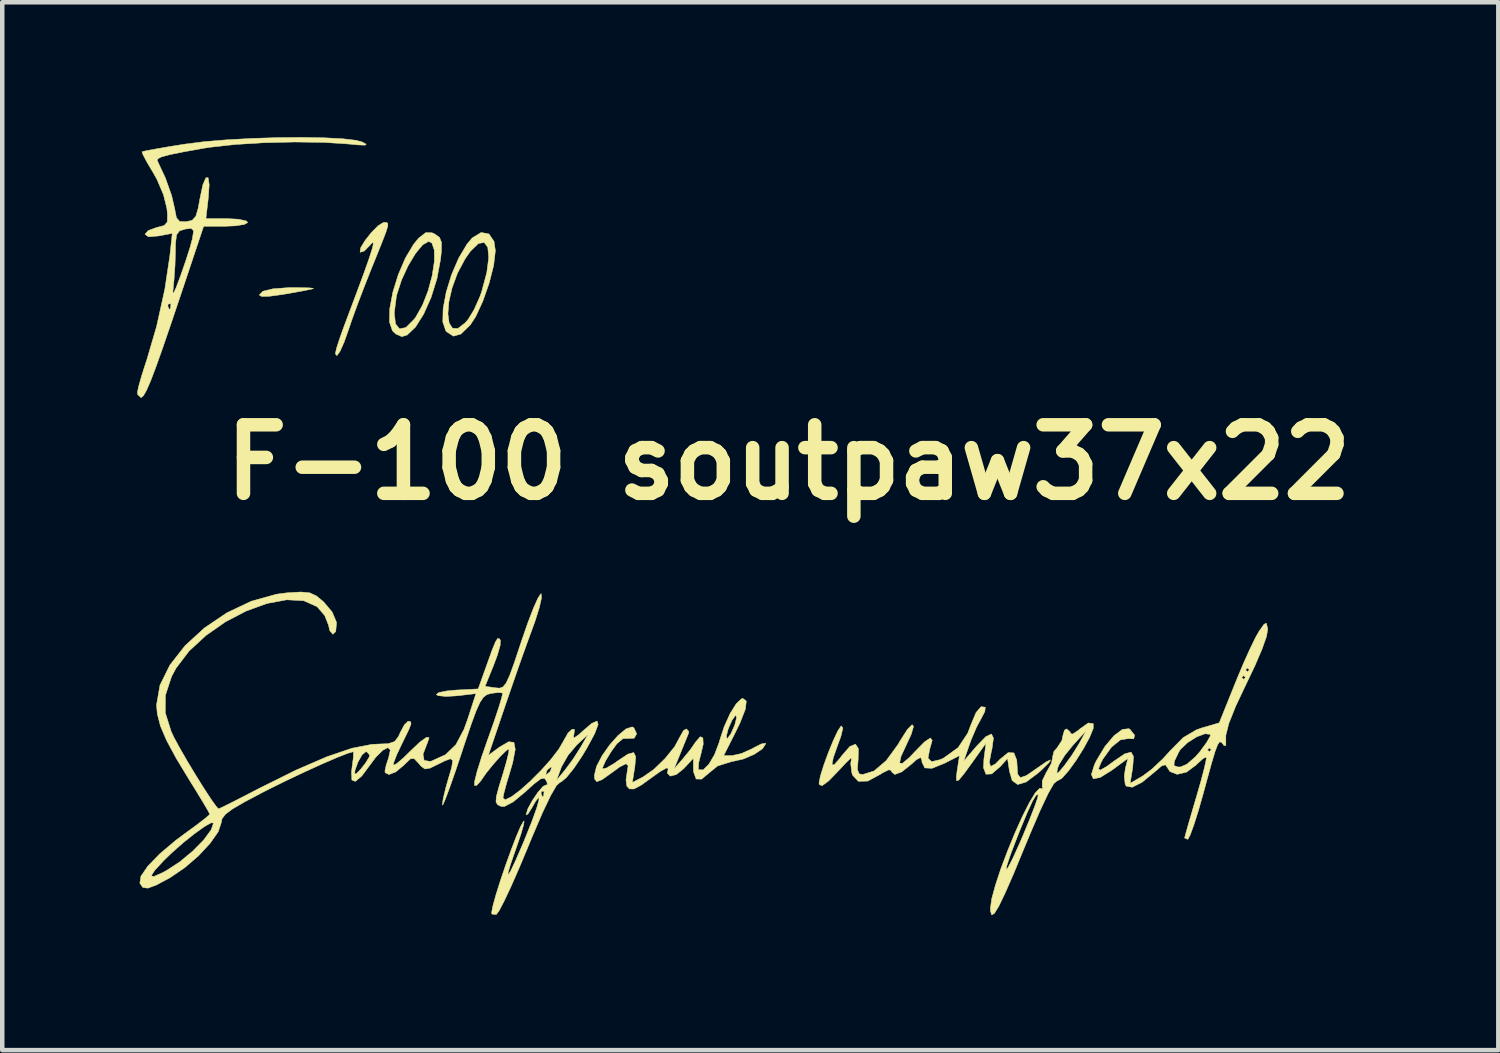
<source format=kicad_pcb>
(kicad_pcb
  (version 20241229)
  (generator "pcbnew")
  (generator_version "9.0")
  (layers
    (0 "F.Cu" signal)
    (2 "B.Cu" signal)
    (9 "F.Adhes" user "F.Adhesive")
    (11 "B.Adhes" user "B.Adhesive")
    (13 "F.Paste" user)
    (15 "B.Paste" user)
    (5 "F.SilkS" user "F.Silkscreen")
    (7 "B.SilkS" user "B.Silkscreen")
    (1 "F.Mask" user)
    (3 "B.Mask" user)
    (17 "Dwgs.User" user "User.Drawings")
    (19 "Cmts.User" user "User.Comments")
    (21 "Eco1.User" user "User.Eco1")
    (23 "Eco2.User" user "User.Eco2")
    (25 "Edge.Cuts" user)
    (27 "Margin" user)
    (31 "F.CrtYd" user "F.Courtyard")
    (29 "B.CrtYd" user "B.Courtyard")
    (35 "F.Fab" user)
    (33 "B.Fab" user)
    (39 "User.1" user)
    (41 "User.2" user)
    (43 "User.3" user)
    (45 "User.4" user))
  (footprint "F-100 soutpaw37x22"
    (layer "F.Cu")
    (at 14.483 7.229)
    (property "Reference" "F-100 soutpaw37x22" (at 0 0 0) (layer "F.SilkS") (effects (font (size 1.524 1.524) (thickness 0.3))))
    (attr through_hole)
    (fp_poly (pts (xy -10.662 -3.879) (xy -10.561 -3.869) (xy -10.606 -3.85) (xy -10.787 -3.814) (xy -10.795 -3.812) (xy -11.246 -3.732) (xy -11.548 -3.691) (xy -11.717 -3.688) (xy -11.769 -3.721) (xy -11.689 -3.803) (xy -11.463 -3.858) (xy -11.117 -3.884) (xy -10.922 -3.884) (xy -10.662 -3.879)) (stroke (width 0.01) (type solid)) (fill yes) (layer "F.SilkS"))
    (fp_poly (pts (xy -8.94 -5.333) (xy -8.91 -5.312) (xy -8.913 -5.246) (xy -8.955 -5.11) (xy -9.045 -4.878) (xy -9.187 -4.524) (xy -9.261 -4.343) (xy -9.427 -3.924) (xy -9.585 -3.51) (xy -9.714 -3.155) (xy -9.779 -2.963) (xy -9.881 -2.674) (xy -9.973 -2.468) (xy -10.042 -2.371) (xy -10.074 -2.406) (xy -10.075 -2.428) (xy -10.047 -2.548) (xy -9.972 -2.778) (xy -9.867 -3.07) (xy -9.855 -3.101) (xy -9.625 -3.713) (xy -9.451 -4.181) (xy -9.331 -4.519) (xy -9.26 -4.74) (xy -9.232 -4.859) (xy -9.244 -4.889) (xy -9.292 -4.845) (xy -9.306 -4.827) (xy -9.435 -4.698) (xy -9.524 -4.67) (xy -9.527 -4.673) (xy -9.516 -4.767) (xy -9.419 -4.928) (xy -9.277 -5.108) (xy -9.127 -5.259) (xy -9.008 -5.333) (xy -8.996 -5.334) (xy -8.94 -5.333)) (stroke (width 0.01) (type solid)) (fill yes) (layer "F.SilkS"))
    (fp_poly (pts (xy -6.663 -5.078) (xy -6.549 -4.911) (xy -6.519 -4.705) (xy -6.557 -4.379) (xy -6.657 -3.985) (xy -6.797 -3.585) (xy -6.955 -3.241) (xy -7.079 -3.052) (xy -7.286 -2.852) (xy -7.453 -2.805) (xy -7.605 -2.904) (xy -7.621 -2.923) (xy -7.688 -3.119) (xy -7.684 -3.301) (xy -7.574 -3.301) (xy -7.547 -3.098) (xy -7.473 -2.982) (xy -7.354 -2.975) (xy -7.19 -3.102) (xy -7.123 -3.18) (xy -6.992 -3.395) (xy -6.864 -3.681) (xy -6.824 -3.794) (xy -6.71 -4.219) (xy -6.667 -4.552) (xy -6.688 -4.779) (xy -6.767 -4.888) (xy -6.897 -4.865) (xy -7.071 -4.697) (xy -7.19 -4.527) (xy -7.362 -4.205) (xy -7.482 -3.878) (xy -7.553 -3.569) (xy -7.574 -3.301) (xy -7.684 -3.301) (xy -7.681 -3.42) (xy -7.612 -3.785) (xy -7.493 -4.173) (xy -7.334 -4.542) (xy -7.149 -4.853) (xy -7.034 -4.989) (xy -6.835 -5.11) (xy -6.663 -5.078)) (stroke (width 0.01) (type solid)) (fill yes) (layer "F.SilkS"))
    (fp_poly (pts (xy -7.925 -5.103) (xy -7.861 -5.073) (xy -7.76 -4.999) (xy -7.716 -4.886) (xy -7.72 -4.685) (xy -7.737 -4.519) (xy -7.818 -4.083) (xy -7.949 -3.664) (xy -8.114 -3.294) (xy -8.296 -3.006) (xy -8.479 -2.832) (xy -8.598 -2.794) (xy -8.733 -2.853) (xy -8.807 -2.923) (xy -8.874 -3.119) (xy -8.869 -3.324) (xy -8.767 -3.324) (xy -8.74 -3.081) (xy -8.651 -2.968) (xy -8.509 -2.997) (xy -8.325 -3.18) (xy -8.293 -3.223) (xy -8.139 -3.495) (xy -8.014 -3.816) (xy -7.924 -4.151) (xy -7.876 -4.464) (xy -7.877 -4.718) (xy -7.931 -4.876) (xy -8.003 -4.911) (xy -8.135 -4.837) (xy -8.296 -4.642) (xy -8.461 -4.367) (xy -8.606 -4.052) (xy -8.708 -3.738) (xy -8.72 -3.687) (xy -8.767 -3.324) (xy -8.869 -3.324) (xy -8.867 -3.42) (xy -8.798 -3.785) (xy -8.678 -4.173) (xy -8.52 -4.542) (xy -8.334 -4.853) (xy -8.219 -4.989) (xy -8.065 -5.108) (xy -7.925 -5.103)) (stroke (width 0.01) (type solid)) (fill yes) (layer "F.SilkS"))
    (fp_poly (pts (xy 6.775 5.81) (xy 6.774 5.916) (xy 6.693 6.115) (xy 6.557 6.365) (xy 6.392 6.627) (xy 6.223 6.861) (xy 6.075 7.026) (xy 5.975 7.083) (xy 5.969 7.082) (xy 5.896 7.144) (xy 5.771 7.364) (xy 5.594 7.739) (xy 5.367 8.267) (xy 5.246 8.558) (xy 5.005 9.143) (xy 4.815 9.577) (xy 4.674 9.869) (xy 4.576 10.029) (xy 4.516 10.064) (xy 4.49 9.983) (xy 4.487 9.917) (xy 4.517 9.702) (xy 4.6 9.397) (xy 4.711 9.062) (xy 4.836 9.062) (xy 4.882 9.005) (xy 4.988 8.799) (xy 5.149 8.443) (xy 5.209 8.303) (xy 5.355 7.949) (xy 5.469 7.657) (xy 5.538 7.458) (xy 5.551 7.386) (xy 5.504 7.401) (xy 5.427 7.526) (xy 5.311 7.776) (xy 5.15 8.165) (xy 5.085 8.327) (xy 4.933 8.723) (xy 4.852 8.968) (xy 4.836 9.062) (xy 4.711 9.062) (xy 4.721 9.032) (xy 4.87 8.636) (xy 5.033 8.241) (xy 5.198 7.874) (xy 5.353 7.567) (xy 5.484 7.349) (xy 5.58 7.25) (xy 5.606 7.25) (xy 5.659 7.255) (xy 5.638 7.209) (xy 5.641 7.079) (xy 5.723 6.908) (xy 5.963 6.908) (xy 6.002 6.896) (xy 6.121 6.756) (xy 6.124 6.753) (xy 6.301 6.508) (xy 6.464 6.245) (xy 6.615 5.969) (xy 6.322 6.29) (xy 6.141 6.514) (xy 6.013 6.72) (xy 5.982 6.798) (xy 5.963 6.908) (xy 5.723 6.908) (xy 5.728 6.895) (xy 5.74 6.879) (xy 5.842 6.694) (xy 5.871 6.56) (xy 5.869 6.553) (xy 5.899 6.429) (xy 5.966 6.352) (xy 6.076 6.186) (xy 6.096 6.086) (xy 6.134 5.954) (xy 6.181 5.927) (xy 6.26 5.993) (xy 6.265 6.026) (xy 6.317 6.042) (xy 6.445 5.956) (xy 6.478 5.926) (xy 6.664 5.795) (xy 6.775 5.81)) (stroke (width 0.01) (type solid)) (fill yes) (layer "F.SilkS"))
    (fp_poly (pts (xy -10.337 -7.216) (xy -9.922 -7.195) (xy -9.62 -7.16) (xy -9.483 -7.124) (xy -9.39 -7.072) (xy -9.416 -7.051) (xy -9.58 -7.058) (xy -9.771 -7.076) (xy -10.33 -7.113) (xy -10.98 -7.122) (xy -11.66 -7.106) (xy -12.31 -7.066) (xy -12.869 -7.004) (xy -12.997 -6.984) (xy -13.45 -6.903) (xy -13.757 -6.841) (xy -13.942 -6.791) (xy -14.027 -6.747) (xy -14.034 -6.703) (xy -14.034 -6.703) (xy -13.855 -6.321) (xy -13.717 -5.932) (xy -13.651 -5.647) (xy -13.61 -5.438) (xy -13.536 -5.354) (xy -13.391 -5.35) (xy -13.387 -5.351) (xy -13.259 -5.382) (xy -13.18 -5.469) (xy -13.126 -5.651) (xy -13.088 -5.863) (xy -13.023 -6.171) (xy -12.956 -6.326) (xy -12.905 -6.327) (xy -12.882 -6.172) (xy -12.901 -5.884) (xy -12.955 -5.419) (xy -12.489 -5.419) (xy -12.234 -5.405) (xy -12.064 -5.369) (xy -12.023 -5.334) (xy -12.1 -5.289) (xy -12.299 -5.258) (xy -12.514 -5.249) (xy -13.005 -5.249) (xy -13.493 -3.789) (xy -13.729 -3.088) (xy -13.919 -2.533) (xy -14.07 -2.11) (xy -14.186 -1.805) (xy -14.275 -1.601) (xy -14.341 -1.485) (xy -14.39 -1.441) (xy -14.399 -1.439) (xy -14.471 -1.507) (xy -14.478 -1.552) (xy -14.452 -1.682) (xy -14.384 -1.924) (xy -14.287 -2.226) (xy -14.273 -2.265) (xy -14.05 -3.027) (xy -13.952 -3.471) (xy -13.801 -3.471) (xy -13.77 -3.402) (xy -13.744 -3.415) (xy -13.734 -3.515) (xy -13.744 -3.528) (xy -13.795 -3.516) (xy -13.801 -3.471) (xy -13.952 -3.471) (xy -13.883 -3.784) (xy -13.69 -3.784) (xy -13.675 -3.759) (xy -13.623 -3.87) (xy -13.525 -4.131) (xy -13.514 -4.16) (xy -13.402 -4.484) (xy -13.307 -4.781) (xy -13.255 -4.975) (xy -13.229 -5.148) (xy -13.282 -5.202) (xy -13.415 -5.186) (xy -13.543 -5.146) (xy -13.607 -5.058) (xy -13.63 -4.875) (xy -13.632 -4.71) (xy -13.642 -4.373) (xy -13.665 -4.041) (xy -13.676 -3.937) (xy -13.69 -3.784) (xy -13.883 -3.784) (xy -13.868 -3.851) (xy -13.756 -4.598) (xy -13.703 -5.09) (xy -14.006 -5.033) (xy -14.232 -5.014) (xy -14.309 -5.071) (xy -14.309 -5.073) (xy -14.235 -5.154) (xy -14.057 -5.219) (xy -14.045 -5.222) (xy -13.883 -5.265) (xy -13.814 -5.342) (xy -13.809 -5.506) (xy -13.823 -5.647) (xy -13.898 -5.949) (xy -14.043 -6.29) (xy -14.133 -6.45) (xy -14.27 -6.681) (xy -14.357 -6.847) (xy -14.375 -6.905) (xy -14.286 -6.927) (xy -14.065 -6.968) (xy -13.746 -7.023) (xy -13.419 -7.075) (xy -12.993 -7.129) (xy -12.489 -7.171) (xy -11.941 -7.201) (xy -11.378 -7.219) (xy -10.833 -7.224) (xy -10.337 -7.216)) (stroke (width 0.01) (type solid)) (fill yes) (layer "F.SilkS"))
    (fp_poly (pts (xy -0.94 5.308) (xy -0.961 5.489) (xy -1.081 5.796) (xy -1.187 6.014) (xy -1.442 6.519) (xy -1.25 6.519) (xy -1.05 6.475) (xy -0.813 6.369) (xy -0.783 6.351) (xy -0.609 6.262) (xy -0.514 6.245) (xy -0.508 6.257) (xy -0.581 6.37) (xy -0.764 6.493) (xy -1.002 6.595) (xy -1.239 6.649) (xy -1.255 6.65) (xy -1.578 6.751) (xy -1.75 6.891) (xy -1.934 7.044) (xy -2.056 7.041) (xy -2.113 6.883) (xy -2.117 6.798) (xy -2.117 6.579) (xy -2.329 6.808) (xy -2.495 6.942) (xy -2.63 6.977) (xy -2.695 6.913) (xy -2.677 6.811) (xy -2.712 6.795) (xy -2.847 6.869) (xy -3.016 6.989) (xy -3.275 7.176) (xy -3.438 7.263) (xy -3.538 7.261) (xy -3.596 7.201) (xy -3.615 7.064) (xy -3.592 6.904) (xy -3.567 6.746) (xy -3.615 6.702) (xy -3.755 6.773) (xy -3.929 6.9) (xy -4.147 7.055) (xy -4.265 7.101) (xy -4.312 7.042) (xy -4.318 6.959) (xy -4.271 6.762) (xy -4.148 6.525) (xy -3.979 6.284) (xy -3.792 6.074) (xy -3.616 5.928) (xy -3.479 5.882) (xy -3.44 5.901) (xy -3.377 6.036) (xy -3.433 6.134) (xy -3.552 6.14) (xy -3.681 6.142) (xy -3.815 6.254) (xy -3.945 6.432) (xy -4.07 6.639) (xy -4.134 6.782) (xy -4.134 6.816) (xy -4.048 6.796) (xy -3.882 6.697) (xy -3.809 6.645) (xy -3.574 6.488) (xy -3.444 6.453) (xy -3.398 6.546) (xy -3.419 6.775) (xy -3.42 6.776) (xy -3.474 7.118) (xy -3.231 6.992) (xy -2.993 6.825) (xy -2.743 6.582) (xy -2.532 6.32) (xy -2.415 6.102) (xy -2.335 5.962) (xy -2.271 5.927) (xy -2.217 5.986) (xy -2.227 6.032) (xy -2.285 6.174) (xy -2.376 6.398) (xy -2.408 6.477) (xy -2.546 6.816) (xy -2.353 6.595) (xy -2.188 6.393) (xy -2.064 6.215) (xy -2.063 6.214) (xy -1.964 6.1) (xy -1.905 6.127) (xy -1.898 6.268) (xy -1.947 6.477) (xy -2.001 6.687) (xy -2.006 6.821) (xy -1.999 6.835) (xy -1.9 6.838) (xy -1.774 6.715) (xy -1.648 6.502) (xy -1.547 6.236) (xy -1.537 6.199) (xy -1.502 6.09) (xy -1.384 6.09) (xy -1.367 6.145) (xy -1.36 6.141) (xy -1.283 6.036) (xy -1.199 5.845) (xy -1.197 5.839) (xy -1.156 5.679) (xy -1.173 5.624) (xy -1.18 5.627) (xy -1.257 5.732) (xy -1.341 5.924) (xy -1.343 5.929) (xy -1.384 6.09) (xy -1.502 6.09) (xy -1.433 5.88) (xy -1.302 5.589) (xy -1.164 5.367) (xy -1.044 5.255) (xy -1.017 5.249) (xy -0.94 5.308)) (stroke (width 0.01) (type solid)) (fill yes) (layer "F.SilkS"))
    (fp_poly (pts (xy 4.373 5.445) (xy 4.364 5.539) (xy 4.286 5.688) (xy 4.177 5.893) (xy 4.06 6.167) (xy 4.024 6.267) (xy 3.893 6.646) (xy 4.182 6.308) (xy 4.385 6.099) (xy 4.51 6.04) (xy 4.555 6.131) (xy 4.522 6.371) (xy 4.507 6.432) (xy 4.463 6.672) (xy 4.493 6.762) (xy 4.601 6.704) (xy 4.699 6.604) (xy 4.883 6.453) (xy 5.01 6.461) (xy 5.074 6.624) (xy 5.08 6.731) (xy 5.094 6.934) (xy 5.154 7.01) (xy 5.287 6.964) (xy 5.503 6.816) (xy 5.727 6.66) (xy 5.824 6.615) (xy 5.792 6.675) (xy 5.627 6.837) (xy 5.549 6.907) (xy 5.282 7.108) (xy 5.093 7.164) (xy 4.971 7.075) (xy 4.911 6.868) (xy 4.868 6.585) (xy 4.707 6.764) (xy 4.516 6.928) (xy 4.389 6.935) (xy 4.333 6.791) (xy 4.343 6.592) (xy 4.39 6.242) (xy 4.102 6.647) (xy 3.904 6.92) (xy 3.787 7.062) (xy 3.734 7.082) (xy 3.73 6.988) (xy 3.75 6.838) (xy 3.799 6.522) (xy 3.463 6.693) (xy 3.19 6.803) (xy 3.028 6.795) (xy 2.965 6.666) (xy 2.963 6.625) (xy 2.936 6.561) (xy 2.84 6.613) (xy 2.726 6.715) (xy 2.517 6.882) (xy 2.362 6.94) (xy 2.289 6.882) (xy 2.286 6.852) (xy 2.227 6.836) (xy 2.082 6.908) (xy 2.04 6.937) (xy 1.761 7.087) (xy 1.552 7.093) (xy 1.423 6.956) (xy 1.404 6.896) (xy 1.381 6.696) (xy 1.401 6.579) (xy 1.38 6.58) (xy 1.271 6.685) (xy 1.129 6.838) (xy 0.892 7.083) (xy 0.745 7.19) (xy 0.681 7.163) (xy 0.677 7.128) (xy 0.707 6.974) (xy 0.782 6.733) (xy 0.884 6.453) (xy 0.995 6.182) (xy 1.095 5.97) (xy 1.166 5.864) (xy 1.172 5.861) (xy 1.207 5.908) (xy 1.163 6.093) (xy 1.099 6.269) (xy 0.994 6.565) (xy 0.965 6.718) (xy 1.014 6.725) (xy 1.139 6.583) (xy 1.182 6.524) (xy 1.361 6.318) (xy 1.488 6.266) (xy 1.553 6.367) (xy 1.547 6.604) (xy 1.53 6.825) (xy 1.566 6.924) (xy 1.643 6.943) (xy 1.901 6.862) (xy 2.171 6.632) (xy 2.436 6.269) (xy 2.479 6.194) (xy 2.642 5.938) (xy 2.747 5.832) (xy 2.778 5.872) (xy 2.725 6.051) (xy 2.63 6.256) (xy 2.5 6.538) (xy 2.468 6.685) (xy 2.53 6.694) (xy 2.686 6.563) (xy 2.799 6.443) (xy 3.023 6.215) (xy 3.154 6.128) (xy 3.193 6.182) (xy 3.138 6.377) (xy 3.138 6.378) (xy 3.1 6.577) (xy 3.18 6.655) (xy 3.372 6.61) (xy 3.448 6.574) (xy 3.769 6.344) (xy 3.983 6.022) (xy 4.059 5.822) (xy 4.168 5.563) (xy 4.28 5.433) (xy 4.373 5.445)) (stroke (width 0.01) (type solid)) (fill yes) (layer "F.SilkS"))
    (fp_poly (pts (xy 10.647 3.675) (xy 10.653 3.711) (xy 10.626 3.872) (xy 10.527 4.152) (xy 10.367 4.526) (xy 10.19 4.896) (xy 9.943 5.418) (xy 9.788 5.806) (xy 9.722 6.067) (xy 9.721 6.138) (xy 9.722 6.297) (xy 9.68 6.296) (xy 9.666 6.277) (xy 9.623 6.223) (xy 9.583 6.216) (xy 9.54 6.279) (xy 9.482 6.431) (xy 9.403 6.695) (xy 9.294 7.09) (xy 9.225 7.345) (xy 9.114 7.736) (xy 9.012 8.059) (xy 8.93 8.284) (xy 8.878 8.381) (xy 8.874 8.382) (xy 8.806 8.353) (xy 8.805 8.351) (xy 8.828 8.262) (xy 8.889 8.045) (xy 8.979 7.736) (xy 9.063 7.451) (xy 9.166 7.094) (xy 9.243 6.802) (xy 9.285 6.61) (xy 9.289 6.552) (xy 9.217 6.585) (xy 9.082 6.707) (xy 9.059 6.731) (xy 8.848 6.888) (xy 8.639 6.937) (xy 8.478 6.875) (xy 8.431 6.802) (xy 8.391 6.742) (xy 8.568 6.742) (xy 8.652 6.772) (xy 8.714 6.773) (xy 8.857 6.711) (xy 9.042 6.55) (xy 9.147 6.431) (xy 9.175 6.392) (xy 9.313 6.392) (xy 9.356 6.435) (xy 9.398 6.392) (xy 9.356 6.35) (xy 9.313 6.392) (xy 9.175 6.392) (xy 9.293 6.231) (xy 9.374 6.089) (xy 9.38 6.049) (xy 9.259 6.035) (xy 9.071 6.105) (xy 8.871 6.232) (xy 8.713 6.382) (xy 8.676 6.44) (xy 8.578 6.645) (xy 8.568 6.742) (xy 8.391 6.742) (xy 8.38 6.725) (xy 8.294 6.75) (xy 8.147 6.877) (xy 7.857 7.115) (xy 7.64 7.224) (xy 7.508 7.199) (xy 7.483 7.158) (xy 7.464 6.979) (xy 7.488 6.805) (xy 7.544 6.583) (xy 7.184 6.848) (xy 6.928 7.007) (xy 6.775 7.037) (xy 6.732 6.941) (xy 6.801 6.72) (xy 6.843 6.634) (xy 7.033 6.318) (xy 7.235 6.078) (xy 7.422 5.938) (xy 7.567 5.922) (xy 7.59 5.937) (xy 7.694 6.067) (xy 7.674 6.148) (xy 7.551 6.143) (xy 7.378 6.171) (xy 7.18 6.331) (xy 6.989 6.596) (xy 6.95 6.668) (xy 6.891 6.812) (xy 6.928 6.844) (xy 7.072 6.763) (xy 7.231 6.646) (xy 7.474 6.481) (xy 7.615 6.444) (xy 7.669 6.54) (xy 7.652 6.774) (xy 7.651 6.786) (xy 7.594 7.137) (xy 7.87 6.976) (xy 8.078 6.821) (xy 8.323 6.59) (xy 8.483 6.414) (xy 8.773 6.121) (xy 9.068 5.947) (xy 9.198 5.902) (xy 9.575 5.792) (xy 9.935 4.898) (xy 9.982 4.784) (xy 10.075 4.784) (xy 10.118 4.826) (xy 10.16 4.784) (xy 10.118 4.741) (xy 10.075 4.784) (xy 9.982 4.784) (xy 10.053 4.614) (xy 10.16 4.614) (xy 10.202 4.657) (xy 10.245 4.614) (xy 10.202 4.572) (xy 10.16 4.614) (xy 10.053 4.614) (xy 10.096 4.511) (xy 10.253 4.16) (xy 10.385 3.888) (xy 10.459 3.759) (xy 10.57 3.601) (xy 10.622 3.576) (xy 10.647 3.675)) (stroke (width 0.01) (type solid)) (fill yes) (layer "F.SilkS"))
    (fp_poly (pts (xy -10.647 2.901) (xy -10.498 2.97) (xy -10.339 3.101) (xy -10.148 3.327) (xy -10.053 3.552) (xy -10.051 3.573) (xy -10.068 3.762) (xy -10.132 3.823) (xy -10.201 3.744) (xy -10.229 3.621) (xy -10.313 3.408) (xy -10.479 3.213) (xy -10.483 3.21) (xy -10.78 3.077) (xy -11.16 3.057) (xy -11.596 3.138) (xy -12.059 3.306) (xy -12.521 3.547) (xy -12.953 3.849) (xy -13.329 4.196) (xy -13.619 4.577) (xy -13.719 4.764) (xy -13.855 5.179) (xy -13.858 5.568) (xy -13.726 5.987) (xy -13.663 6.12) (xy -13.535 6.356) (xy -13.367 6.647) (xy -13.18 6.957) (xy -12.996 7.252) (xy -12.835 7.498) (xy -12.719 7.659) (xy -12.674 7.705) (xy -12.592 7.668) (xy -12.39 7.568) (xy -12.1 7.42) (xy -11.762 7.245) (xy -10.949 6.842) (xy -10.265 6.546) (xy -9.705 6.356) (xy -9.267 6.271) (xy -9.152 6.265) (xy -8.899 6.255) (xy -8.758 6.207) (xy -8.671 6.091) (xy -8.636 6.011) (xy -8.543 5.837) (xy -8.461 5.758) (xy -8.456 5.757) (xy -8.403 5.766) (xy -8.394 5.815) (xy -8.441 5.938) (xy -8.553 6.168) (xy -8.601 6.265) (xy -8.714 6.505) (xy -8.78 6.678) (xy -8.786 6.736) (xy -8.714 6.7) (xy -8.563 6.571) (xy -8.423 6.433) (xy -8.197 6.219) (xy -8.049 6.113) (xy -7.991 6.121) (xy -8.034 6.248) (xy -8.04 6.26) (xy -8.128 6.491) (xy -8.103 6.627) (xy -7.97 6.65) (xy -7.938 6.641) (xy -7.627 6.5) (xy -7.397 6.277) (xy -7.217 5.937) (xy -7.136 5.712) (xy -6.951 5.142) (xy -7.368 5.191) (xy -7.617 5.206) (xy -7.79 5.188) (xy -7.832 5.165) (xy -7.781 5.12) (xy -7.603 5.083) (xy -7.39 5.063) (xy -6.901 5.038) (xy -6.706 4.491) (xy -6.592 4.174) (xy -6.517 3.991) (xy -6.469 3.916) (xy -6.431 3.922) (xy -6.407 3.956) (xy -6.412 4.068) (xy -6.473 4.283) (xy -6.555 4.504) (xy -6.748 4.98) (xy -6.52 5.013) (xy -6.426 5.021) (xy -6.352 4.995) (xy -6.282 4.911) (xy -6.204 4.745) (xy -6.104 4.472) (xy -5.969 4.067) (xy -5.934 3.962) (xy -5.798 3.569) (xy -5.674 3.246) (xy -5.574 3.022) (xy -5.51 2.924) (xy -5.5 2.923) (xy -5.494 3.017) (xy -5.542 3.23) (xy -5.634 3.523) (xy -5.685 3.665) (xy -5.817 4.026) (xy -5.982 4.488) (xy -6.156 4.988) (xy -6.31 5.437) (xy -6.675 6.514) (xy -6.427 6.331) (xy -6.222 6.212) (xy -6.106 6.227) (xy -6.077 6.381) (xy -6.134 6.677) (xy -6.183 6.846) (xy -6.269 7.131) (xy -6.329 7.354) (xy -6.35 7.461) (xy -6.299 7.502) (xy -6.164 7.437) (xy -5.97 7.292) (xy -5.742 7.089) (xy -5.59 6.937) (xy -5.398 6.937) (xy -5.386 6.943) (xy -5.309 6.883) (xy -5.292 6.858) (xy -5.27 6.779) (xy -5.282 6.773) (xy -5.359 6.833) (xy -5.376 6.858) (xy -5.398 6.937) (xy -5.59 6.937) (xy -5.505 6.852) (xy -5.285 6.606) (xy -5.107 6.374) (xy -4.995 6.18) (xy -4.995 6.179) (xy -4.903 6.018) (xy -4.812 5.933) (xy -4.758 5.941) (xy -4.774 6.059) (xy -4.78 6.075) (xy -4.775 6.131) (xy -4.665 6.056) (xy -4.594 5.99) (xy -4.377 5.804) (xy -4.257 5.751) (xy -4.234 5.827) (xy -4.309 6.028) (xy -4.481 6.348) (xy -4.591 6.532) (xy -4.774 6.803) (xy -4.939 7.007) (xy -5.058 7.107) (xy -5.078 7.112) (xy -5.161 7.187) (xy -5.292 7.413) (xy -5.473 7.793) (xy -5.703 8.33) (xy -5.8 8.566) (xy -5.994 9.028) (xy -6.172 9.433) (xy -6.324 9.756) (xy -6.437 9.972) (xy -6.499 10.054) (xy -6.594 10.045) (xy -6.604 10.019) (xy -6.577 9.87) (xy -6.508 9.62) (xy -6.409 9.305) (xy -6.292 8.96) (xy -6.169 8.62) (xy -6.054 8.32) (xy -5.958 8.096) (xy -5.895 7.983) (xy -5.88 7.977) (xy -5.892 8.065) (xy -5.952 8.27) (xy -6.047 8.549) (xy -6.06 8.587) (xy -6.18 8.932) (xy -6.237 9.126) (xy -6.234 9.173) (xy -6.175 9.078) (xy -6.065 8.844) (xy -5.906 8.477) (xy -5.86 8.364) (xy -5.703 7.973) (xy -5.599 7.682) (xy -5.549 7.504) (xy -5.556 7.45) (xy -5.623 7.534) (xy -5.705 7.676) (xy -5.792 7.815) (xy -5.835 7.84) (xy -5.836 7.832) (xy -5.796 7.7) (xy -5.697 7.518) (xy -5.593 7.366) (xy -5.503 7.366) (xy -5.472 7.436) (xy -5.447 7.422) (xy -5.437 7.322) (xy -5.447 7.31) (xy -5.497 7.321) (xy -5.503 7.366) (xy -5.593 7.366) (xy -5.573 7.336) (xy -5.458 7.204) (xy -5.387 7.172) (xy -5.386 7.173) (xy -5.36 7.162) (xy -5.382 7.086) (xy -5.394 7.07) (xy -5.159 7.07) (xy -4.969 6.838) (xy -4.789 6.595) (xy -4.622 6.332) (xy -4.621 6.33) (xy -4.462 6.054) (xy -4.709 6.283) (xy -4.903 6.513) (xy -5.047 6.766) (xy -5.057 6.791) (xy -5.159 7.07) (xy -5.394 7.07) (xy -5.429 7.022) (xy -5.514 7.04) (xy -5.665 7.154) (xy -5.847 7.32) (xy -6.119 7.547) (xy -6.315 7.651) (xy -6.388 7.652) (xy -6.469 7.613) (xy -6.506 7.551) (xy -6.497 7.429) (xy -6.439 7.212) (xy -6.353 6.933) (xy -6.273 6.658) (xy -6.223 6.456) (xy -6.215 6.372) (xy -6.281 6.411) (xy -6.414 6.543) (xy -6.575 6.726) (xy -6.729 6.917) (xy -6.838 7.074) (xy -6.845 7.085) (xy -6.935 7.184) (xy -6.986 7.182) (xy -6.979 7.086) (xy -6.923 6.864) (xy -6.824 6.548) (xy -6.693 6.171) (xy -6.683 6.144) (xy -6.549 5.766) (xy -6.444 5.45) (xy -6.377 5.227) (xy -6.358 5.129) (xy -6.359 5.128) (xy -6.457 5.118) (xy -6.621 5.139) (xy -6.71 5.166) (xy -6.788 5.226) (xy -6.864 5.342) (xy -6.952 5.539) (xy -7.062 5.84) (xy -7.208 6.27) (xy -7.272 6.465) (xy -7.414 6.887) (xy -7.536 7.235) (xy -7.63 7.485) (xy -7.686 7.614) (xy -7.699 7.62) (xy -7.678 7.469) (xy -7.619 7.225) (xy -7.577 7.077) (xy -7.491 6.785) (xy -7.467 6.63) (xy -7.517 6.591) (xy -7.651 6.641) (xy -7.768 6.7) (xy -7.971 6.799) (xy -8.085 6.818) (xy -8.17 6.758) (xy -8.223 6.695) (xy -8.323 6.589) (xy -8.404 6.59) (xy -8.529 6.708) (xy -8.555 6.735) (xy -8.733 6.883) (xy -8.884 6.942) (xy -8.969 6.901) (xy -8.975 6.864) (xy -8.947 6.731) (xy -8.892 6.567) (xy -8.855 6.396) (xy -8.907 6.343) (xy -9.024 6.402) (xy -9.183 6.563) (xy -9.287 6.703) (xy -9.49 6.975) (xy -9.632 7.095) (xy -9.71 7.063) (xy -9.716 6.927) (xy -9.649 6.927) (xy -9.607 6.92) (xy -9.512 6.822) (xy -9.405 6.685) (xy -9.328 6.559) (xy -9.313 6.51) (xy -9.378 6.437) (xy -9.4 6.435) (xy -9.483 6.504) (xy -9.574 6.664) (xy -9.639 6.842) (xy -9.649 6.927) (xy -9.716 6.927) (xy -9.718 6.879) (xy -9.706 6.785) (xy -9.678 6.57) (xy -9.673 6.446) (xy -9.679 6.435) (xy -9.803 6.47) (xy -10.046 6.566) (xy -10.375 6.708) (xy -10.757 6.882) (xy -11.159 7.072) (xy -11.55 7.265) (xy -11.705 7.344) (xy -12.098 7.552) (xy -12.362 7.706) (xy -12.52 7.824) (xy -12.596 7.923) (xy -12.615 8.016) (xy -12.682 8.215) (xy -12.86 8.469) (xy -13.118 8.747) (xy -13.425 9.012) (xy -13.748 9.232) (xy -13.757 9.237) (xy -14.056 9.398) (xy -14.246 9.468) (xy -14.359 9.452) (xy -14.424 9.356) (xy -14.399 9.2) (xy -14.394 9.194) (xy -14.171 9.194) (xy -14.113 9.209) (xy -13.922 9.124) (xy -13.834 9.077) (xy -13.536 8.883) (xy -13.248 8.644) (xy -13.004 8.396) (xy -12.839 8.172) (xy -12.785 8.019) (xy -12.842 8.016) (xy -12.994 8.103) (xy -13.211 8.259) (xy -13.461 8.459) (xy -13.714 8.682) (xy -13.891 8.853) (xy -14.096 9.076) (xy -14.171 9.194) (xy -14.394 9.194) (xy -14.246 8.978) (xy -13.984 8.708) (xy -13.632 8.41) (xy -13.406 8.242) (xy -13.153 8.057) (xy -12.964 7.911) (xy -12.873 7.83) (xy -12.869 7.823) (xy -12.911 7.741) (xy -13.025 7.548) (xy -13.189 7.278) (xy -13.306 7.091) (xy -13.613 6.584) (xy -13.829 6.184) (xy -13.966 5.863) (xy -14.036 5.592) (xy -14.053 5.395) (xy -13.976 4.954) (xy -13.756 4.508) (xy -13.419 4.077) (xy -12.989 3.683) (xy -12.49 3.346) (xy -11.948 3.089) (xy -11.387 2.932) (xy -11.142 2.9) (xy -10.841 2.883) (xy -10.647 2.901)) (stroke (width 0.01) (type solid)) (fill yes) (layer "F.SilkS")))
  (gr_rect
    (start -3 -3)
    (end 30.263 20.298)
    (stroke (width 0.1) (type default))
    (fill no)
    (layer "Edge.Cuts")))
</source>
